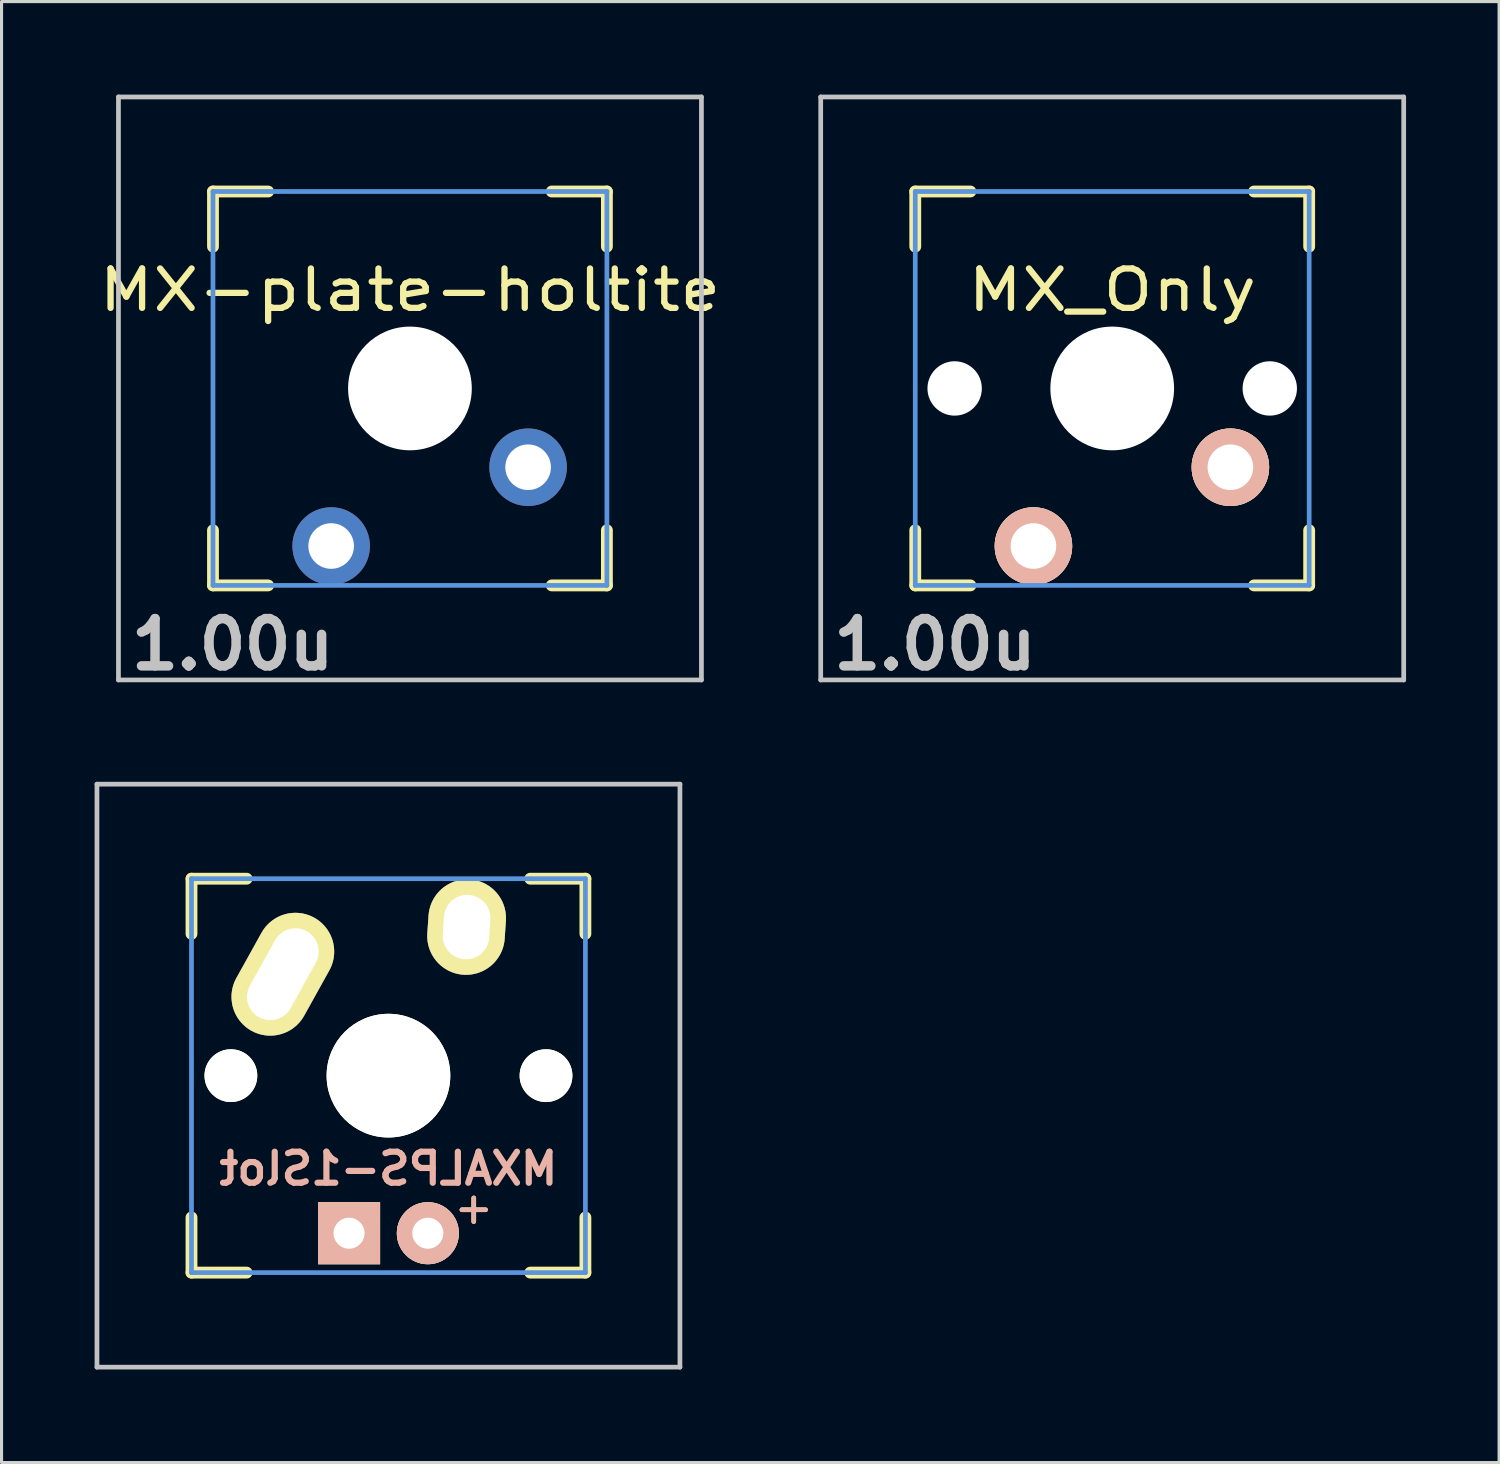
<source format=kicad_pcb>
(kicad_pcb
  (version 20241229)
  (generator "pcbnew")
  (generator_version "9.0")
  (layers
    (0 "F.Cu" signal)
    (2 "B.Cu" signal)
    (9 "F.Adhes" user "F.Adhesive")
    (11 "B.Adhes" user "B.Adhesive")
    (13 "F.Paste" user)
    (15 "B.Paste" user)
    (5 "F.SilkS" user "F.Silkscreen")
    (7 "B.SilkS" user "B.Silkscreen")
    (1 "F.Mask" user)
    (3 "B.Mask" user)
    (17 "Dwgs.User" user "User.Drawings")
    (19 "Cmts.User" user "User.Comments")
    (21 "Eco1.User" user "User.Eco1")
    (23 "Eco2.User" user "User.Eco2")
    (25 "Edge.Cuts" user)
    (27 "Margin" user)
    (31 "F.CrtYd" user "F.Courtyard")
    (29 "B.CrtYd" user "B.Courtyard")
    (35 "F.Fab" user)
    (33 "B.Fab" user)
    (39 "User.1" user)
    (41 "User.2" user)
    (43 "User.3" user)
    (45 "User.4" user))
  (footprint "MXALPS-1Slot"
    (layer "F.Cu")
    (at 9.474 31.63)
    (property "Reference" "MXALPS-1Slot" (at 0 3 0) (layer "B.SilkS") (effects (font (size 1 1) (thickness 0.2)) (justify mirror)))
    (attr through_hole)
    (fp_line (start -6.35 -6.35) (end -4.572 -6.35) (stroke (width 0.381) (type solid)) (layer "F.SilkS"))
    (fp_line (start -6.35 -4.572) (end -6.35 -6.35) (stroke (width 0.381) (type solid)) (layer "F.SilkS"))
    (fp_line (start -6.35 6.35) (end -6.35 4.572) (stroke (width 0.381) (type solid)) (layer "F.SilkS"))
    (fp_line (start -4.572 6.35) (end -6.35 6.35) (stroke (width 0.381) (type solid)) (layer "F.SilkS"))
    (fp_line (start 4.572 -6.35) (end 6.35 -6.35) (stroke (width 0.381) (type solid)) (layer "F.SilkS"))
    (fp_line (start 6.35 -6.35) (end 6.35 -4.572) (stroke (width 0.381) (type solid)) (layer "F.SilkS"))
    (fp_line (start 6.35 4.572) (end 6.35 6.35) (stroke (width 0.381) (type solid)) (layer "F.SilkS"))
    (fp_line (start 6.35 6.35) (end 4.572 6.35) (stroke (width 0.381) (type solid)) (layer "F.SilkS"))
    (fp_line (start -9.398 -9.398) (end 9.398 -9.398) (stroke (width 0.152) (type solid)) (layer "Dwgs.User"))
    (fp_line (start -9.398 9.398) (end -9.398 -9.398) (stroke (width 0.152) (type solid)) (layer "Dwgs.User"))
    (fp_line (start 9.398 -9.398) (end 9.398 9.398) (stroke (width 0.152) (type solid)) (layer "Dwgs.User"))
    (fp_line (start 9.398 9.398) (end -9.398 9.398) (stroke (width 0.152) (type solid)) (layer "Dwgs.User"))
    (fp_line (start -6.35 -6.35) (end 6.35 -6.35) (stroke (width 0.152) (type solid)) (layer "Cmts.User"))
    (fp_line (start -6.35 6.35) (end -6.35 -6.35) (stroke (width 0.152) (type solid)) (layer "Cmts.User"))
    (fp_line (start 6.35 -6.35) (end 6.35 6.35) (stroke (width 0.152) (type solid)) (layer "Cmts.User"))
    (fp_line (start 6.35 6.35) (end -6.35 6.35) (stroke (width 0.152) (type solid)) (layer "Cmts.User"))
    (fp_line (start -7.75 -6.4) (end -6.985 -6.4) (stroke (width 0.152) (type solid)) (layer "Eco2.User"))
    (fp_line (start -7.75 6.4) (end -7.75 -6.4) (stroke (width 0.152) (type solid)) (layer "Eco2.User"))
    (fp_line (start -7.75 6.4) (end -6.985 6.4) (stroke (width 0.152) (type solid)) (layer "Eco2.User"))
    (fp_line (start -6.985 -6.985) (end 6.985 -6.985) (stroke (width 0.152) (type solid)) (layer "Eco2.User"))
    (fp_line (start -6.985 -6.4) (end -6.985 -6.985) (stroke (width 0.152) (type solid)) (layer "Eco2.User"))
    (fp_line (start -6.985 6.4) (end -6.985 6.985) (stroke (width 0.152) (type solid)) (layer "Eco2.User"))
    (fp_line (start 6.985 -6.4) (end 6.985 -6.985) (stroke (width 0.152) (type solid)) (layer "Eco2.User"))
    (fp_line (start 6.985 6.4) (end 7.75 6.4) (stroke (width 0.152) (type solid)) (layer "Eco2.User"))
    (fp_line (start 6.985 6.985) (end -6.985 6.985) (stroke (width 0.152) (type solid)) (layer "Eco2.User"))
    (fp_line (start 6.985 6.985) (end 6.985 6.4) (stroke (width 0.152) (type solid)) (layer "Eco2.User"))
    (fp_line (start 7.75 -6.4) (end 6.985 -6.4) (stroke (width 0.152) (type solid)) (layer "Eco2.User"))
    (fp_line (start 7.75 6.4) (end 7.75 -6.4) (stroke (width 0.152) (type solid)) (layer "Eco2.User"))
    (fp_text user "+" (at 2.75 4.25 0) (layer "F.SilkS") (effects (font (size 1 1) (thickness 0.15))))
    (fp_text user "+" (at 2.75 4.25 0) (layer "B.SilkS") (effects (font (size 1 1) (thickness 0.15)) (justify mirror)))
    (pad "" np_thru_hole circle (at -5.08 0) (size 1.702 1.702) (drill 1.702) (layers "*.Cu" "*.Mask" "F.SilkS"))
    (pad "" np_thru_hole circle (at 0 0) (size 3.988 3.988) (drill 3.988) (layers "*.Cu" "*.Mask" "F.SilkS"))
    (pad "" np_thru_hole circle (at 5.08 0) (size 1.702 1.702) (drill 1.702) (layers "*.Cu" "*.Mask" "F.SilkS"))
    (pad "A" thru_hole circle (at 1.27 5.08) (size 2 2) (drill 1) (layers "*.Cu" "*.SilkS" "*.Mask"))
    (pad "K" thru_hole rect (at -1.27 5.08) (size 2 2) (drill 1) (layers "*.Cu" "*.SilkS" "*.Mask"))
    (pad "SW1" thru_hole oval (at -3.405 -3.27 330.95) (size 2.5 4.17) (drill oval 1.5 3.17) (layers "*.Cu" "*.Mask" "F.SilkS"))
    (pad "SW2" thru_hole oval (at 2.52 -4.79 356.1) (size 2.5 3.08) (drill oval 1.5 2.08) (layers "*.Cu" "*.Mask" "F.SilkS")))
  (footprint "MX_Only"
    (layer "F.Cu")
    (at 32.809 9.474)
    (property "Reference" "MX_Only" (at 0 -3.175 0) (layer "F.SilkS") (effects (font (size 1.27 1.524) (thickness 0.203))))
    (attr through_hole)
    (fp_line (start -6.35 -6.35) (end -4.572 -6.35) (stroke (width 0.381) (type solid)) (layer "F.SilkS"))
    (fp_line (start -6.35 -4.572) (end -6.35 -6.35) (stroke (width 0.381) (type solid)) (layer "F.SilkS"))
    (fp_line (start -6.35 6.35) (end -6.35 4.572) (stroke (width 0.381) (type solid)) (layer "F.SilkS"))
    (fp_line (start -4.572 6.35) (end -6.35 6.35) (stroke (width 0.381) (type solid)) (layer "F.SilkS"))
    (fp_line (start 4.572 -6.35) (end 6.35 -6.35) (stroke (width 0.381) (type solid)) (layer "F.SilkS"))
    (fp_line (start 6.35 -6.35) (end 6.35 -4.572) (stroke (width 0.381) (type solid)) (layer "F.SilkS"))
    (fp_line (start 6.35 4.572) (end 6.35 6.35) (stroke (width 0.381) (type solid)) (layer "F.SilkS"))
    (fp_line (start 6.35 6.35) (end 4.572 6.35) (stroke (width 0.381) (type solid)) (layer "F.SilkS"))
    (fp_line (start -9.398 -9.398) (end 9.398 -9.398) (stroke (width 0.152) (type solid)) (layer "Dwgs.User"))
    (fp_line (start -9.398 9.398) (end -9.398 -9.398) (stroke (width 0.152) (type solid)) (layer "Dwgs.User"))
    (fp_line (start 9.398 -9.398) (end 9.398 9.398) (stroke (width 0.152) (type solid)) (layer "Dwgs.User"))
    (fp_line (start 9.398 9.398) (end -9.398 9.398) (stroke (width 0.152) (type solid)) (layer "Dwgs.User"))
    (fp_line (start -6.35 -6.35) (end 6.35 -6.35) (stroke (width 0.152) (type solid)) (layer "Cmts.User"))
    (fp_line (start -6.35 6.35) (end -6.35 -6.35) (stroke (width 0.152) (type solid)) (layer "Cmts.User"))
    (fp_line (start 6.35 -6.35) (end 6.35 6.35) (stroke (width 0.152) (type solid)) (layer "Cmts.User"))
    (fp_line (start 6.35 6.35) (end -6.35 6.35) (stroke (width 0.152) (type solid)) (layer "Cmts.User"))
    (fp_line (start -6.985 -6.985) (end 6.985 -6.985) (stroke (width 0.152) (type solid)) (layer "Eco2.User"))
    (fp_line (start -6.985 6.985) (end -6.985 -6.985) (stroke (width 0.152) (type solid)) (layer "Eco2.User"))
    (fp_line (start 6.985 -6.985) (end 6.985 6.985) (stroke (width 0.152) (type solid)) (layer "Eco2.User"))
    (fp_line (start 6.985 6.985) (end -6.985 6.985) (stroke (width 0.152) (type solid)) (layer "Eco2.User"))
    (fp_text user "1.00u" (at -5.715 8.255 0) (layer "Dwgs.User") (effects (font (size 1.524 1.524) (thickness 0.305))))
    (pad "" np_thru_hole circle (at -5.08 0) (size 1.753 1.753) (drill 1.753) (layers "*.Cu"))
    (pad "" np_thru_hole circle (at 0 0) (size 3.988 3.988) (drill 3.988) (layers "*.Cu"))
    (pad "" np_thru_hole circle (at 5.08 0) (size 1.753 1.753) (drill 1.753) (layers "*.Cu"))
    (pad "SW1" thru_hole circle (at -2.54 5.08) (size 2.5 2.5) (drill 1.47) (layers "*.Cu" "*.SilkS" "*.Mask"))
    (pad "SW2" thru_hole circle (at 3.81 2.54) (size 2.5 2.5) (drill 1.47) (layers "*.Cu" "*.SilkS" "*.Mask")))
  (footprint "MX-plate-holtite"
    (layer "F.Cu")
    (at 10.167 9.474)
    (property "Reference" "MX-plate-holtite" (at 0 -3.175 0) (layer "F.SilkS") (effects (font (size 1.27 1.524) (thickness 0.203))))
    (attr through_hole)
    (fp_line (start -6.35 -6.35) (end -4.572 -6.35) (stroke (width 0.381) (type solid)) (layer "F.SilkS"))
    (fp_line (start -6.35 -4.572) (end -6.35 -6.35) (stroke (width 0.381) (type solid)) (layer "F.SilkS"))
    (fp_line (start -6.35 6.35) (end -6.35 4.572) (stroke (width 0.381) (type solid)) (layer "F.SilkS"))
    (fp_line (start -4.572 6.35) (end -6.35 6.35) (stroke (width 0.381) (type solid)) (layer "F.SilkS"))
    (fp_line (start 4.572 -6.35) (end 6.35 -6.35) (stroke (width 0.381) (type solid)) (layer "F.SilkS"))
    (fp_line (start 6.35 -6.35) (end 6.35 -4.572) (stroke (width 0.381) (type solid)) (layer "F.SilkS"))
    (fp_line (start 6.35 4.572) (end 6.35 6.35) (stroke (width 0.381) (type solid)) (layer "F.SilkS"))
    (fp_line (start 6.35 6.35) (end 4.572 6.35) (stroke (width 0.381) (type solid)) (layer "F.SilkS"))
    (fp_line (start -9.398 -9.398) (end 9.398 -9.398) (stroke (width 0.152) (type solid)) (layer "Dwgs.User"))
    (fp_line (start -9.398 9.398) (end -9.398 -9.398) (stroke (width 0.152) (type solid)) (layer "Dwgs.User"))
    (fp_line (start 9.398 -9.398) (end 9.398 9.398) (stroke (width 0.152) (type solid)) (layer "Dwgs.User"))
    (fp_line (start 9.398 9.398) (end -9.398 9.398) (stroke (width 0.152) (type solid)) (layer "Dwgs.User"))
    (fp_line (start -6.35 -6.35) (end 6.35 -6.35) (stroke (width 0.152) (type solid)) (layer "Cmts.User"))
    (fp_line (start -6.35 6.35) (end -6.35 -6.35) (stroke (width 0.152) (type solid)) (layer "Cmts.User"))
    (fp_line (start 6.35 -6.35) (end 6.35 6.35) (stroke (width 0.152) (type solid)) (layer "Cmts.User"))
    (fp_line (start 6.35 6.35) (end -6.35 6.35) (stroke (width 0.152) (type solid)) (layer "Cmts.User"))
    (fp_line (start -6.985 -6.985) (end 6.985 -6.985) (stroke (width 0.152) (type solid)) (layer "Eco2.User"))
    (fp_line (start -6.985 6.985) (end -6.985 -6.985) (stroke (width 0.152) (type solid)) (layer "Eco2.User"))
    (fp_line (start 6.985 -6.985) (end 6.985 6.985) (stroke (width 0.152) (type solid)) (layer "Eco2.User"))
    (fp_line (start 6.985 6.985) (end -6.985 6.985) (stroke (width 0.152) (type solid)) (layer "Eco2.User"))
    (fp_text user "1.00u" (at -5.715 8.255 0) (layer "Dwgs.User") (effects (font (size 1.524 1.524) (thickness 0.305))))
    (pad "" np_thru_hole circle (at 0 0) (size 3.988 3.988) (drill 3.988) (layers "*.Cu"))
    (pad "SW1" thru_hole circle (at -2.54 5.08) (size 2.5 2.5) (drill 1.47) (layers "*.Cu" "*.Mask"))
    (pad "SW2" thru_hole circle (at 3.81 2.54) (size 2.5 2.5) (drill 1.47) (layers "*.Cu" "*.Mask")))
  (gr_rect
    (start -3 -3)
    (end 45.283 44.104)
    (stroke (width 0.1) (type default))
    (fill no)
    (layer "Edge.Cuts")))
</source>
